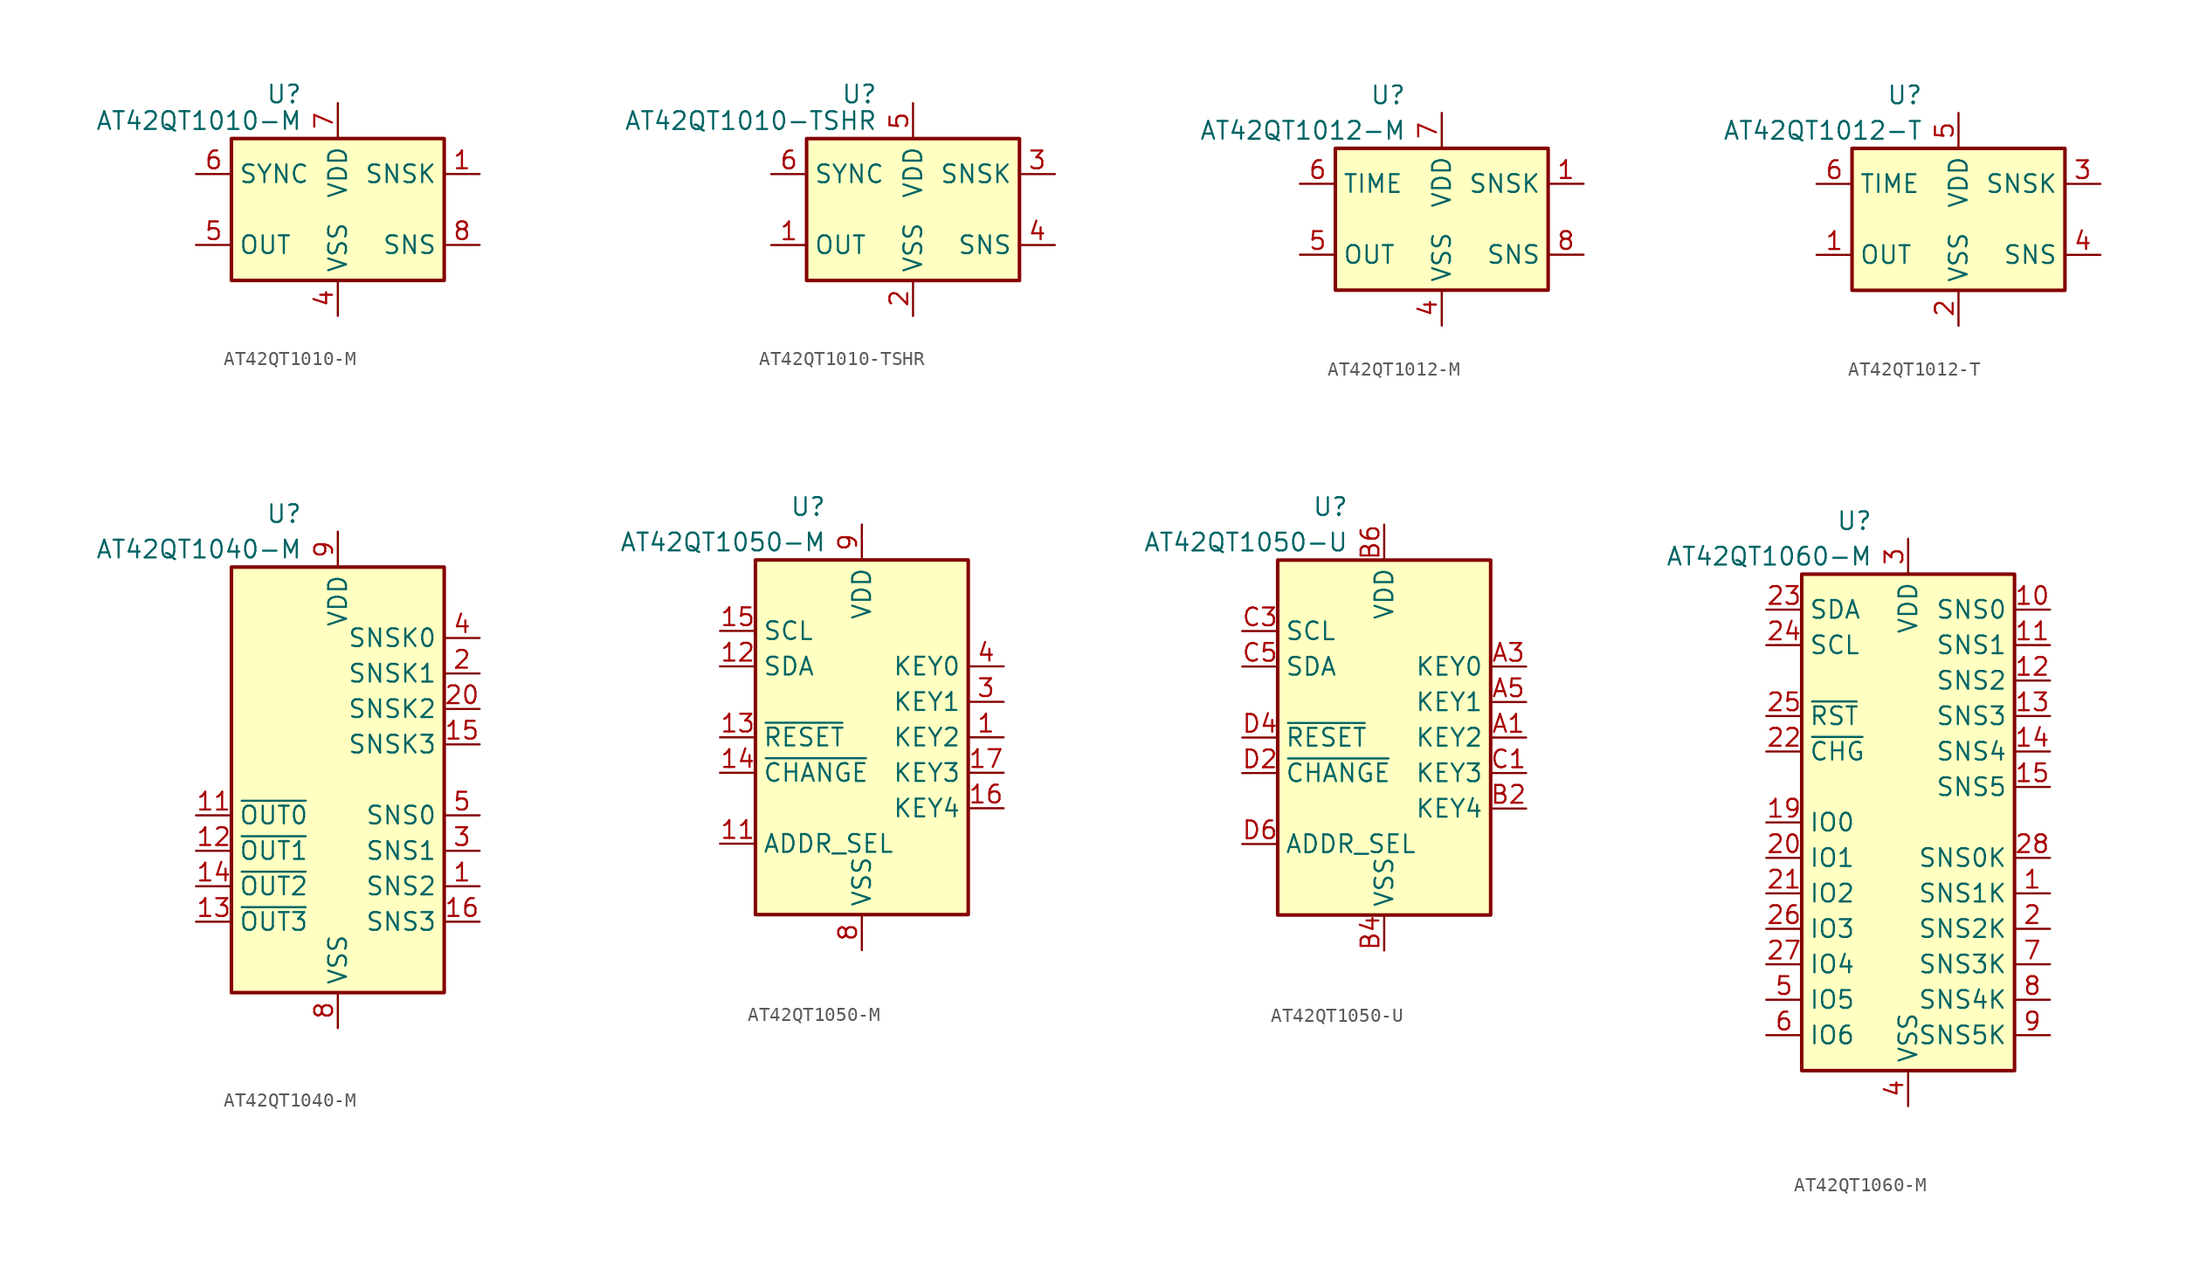
<source format=kicad_sym>
(kicad_symbol_lib
  (version 20201005)
  (generator kicad_symbol_editor)
  (symbol "Sensor_Touch:AT42QT1010-M"
    (property "Reference" "U"
      (at -2.54 8.255 0)
      (effects (font (size 1.27 1.27)) (justify right)))
    (property "Value" "AT42QT1010-M"
      (at -2.54 6.35 0)
      (effects (font (size 1.27 1.27)) (justify right)))
    (symbol "AT42QT1010-M_0_1"
      (rectangle (start -7.62 5.08) (end 7.62 -5.08) (stroke (width 0.254)) (fill (type background))))
    (symbol "AT42QT1010-M_1_1"
      (pin passive line (at 10.16 2.54 180) (length 2.54) (name "SNSK" (effects (font (size 1.27 1.27)))) (number "1" (effects (font (size 1.27 1.27)))))
      (pin no_connect line (at -7.62 0 0) (length 2.54) hide (name "NC" (effects (font (size 1.27 1.27)))) (number "2" (effects (font (size 1.27 1.27)))))
      (pin no_connect line (at 7.62 0 180) (length 2.54) hide (name "NC" (effects (font (size 1.27 1.27)))) (number "3" (effects (font (size 1.27 1.27)))))
      (pin power_in line (at 0 -7.62 90) (length 2.54) (name "VSS" (effects (font (size 1.27 1.27)))) (number "4" (effects (font (size 1.27 1.27)))))
      (pin output line (at -10.16 -2.54 0) (length 2.54) (name "OUT" (effects (font (size 1.27 1.27)))) (number "5" (effects (font (size 1.27 1.27)))))
      (pin input line (at -10.16 2.54 0) (length 2.54) (name "SYNC" (effects (font (size 1.27 1.27)))) (number "6" (effects (font (size 1.27 1.27)))))
      (pin power_in line (at 0 7.62 270) (length 2.54) (name "VDD" (effects (font (size 1.27 1.27)))) (number "7" (effects (font (size 1.27 1.27)))))
      (pin passive line (at 10.16 -2.54 180) (length 2.54) (name "SNS" (effects (font (size 1.27 1.27)))) (number "8" (effects (font (size 1.27 1.27)))))
      (pin passive line (at 0 -7.62 90) (length 2.54) hide (name "VSS" (effects (font (size 1.27 1.27)))) (number "9" (effects (font (size 1.27 1.27)))))))
  (symbol "Sensor_Touch:AT42QT1010-TSHR"
    (property "Reference" "U"
      (at -2.54 8.255 0)
      (effects (font (size 1.27 1.27)) (justify right)))
    (property "Value" "AT42QT1010-TSHR"
      (at -2.54 6.35 0)
      (effects (font (size 1.27 1.27)) (justify right)))
    (symbol "AT42QT1010-TSHR_0_1"
      (rectangle (start -7.62 5.08) (end 7.62 -5.08) (stroke (width 0.254)) (fill (type background))))
    (symbol "AT42QT1010-TSHR_1_1"
      (pin output line (at -10.16 -2.54 0) (length 2.54) (name "OUT" (effects (font (size 1.27 1.27)))) (number "1" (effects (font (size 1.27 1.27)))))
      (pin power_in line (at 0 -7.62 90) (length 2.54) (name "VSS" (effects (font (size 1.27 1.27)))) (number "2" (effects (font (size 1.27 1.27)))))
      (pin passive line (at 10.16 2.54 180) (length 2.54) (name "SNSK" (effects (font (size 1.27 1.27)))) (number "3" (effects (font (size 1.27 1.27)))))
      (pin passive line (at 10.16 -2.54 180) (length 2.54) (name "SNS" (effects (font (size 1.27 1.27)))) (number "4" (effects (font (size 1.27 1.27)))))
      (pin power_in line (at 0 7.62 270) (length 2.54) (name "VDD" (effects (font (size 1.27 1.27)))) (number "5" (effects (font (size 1.27 1.27)))))
      (pin input line (at -10.16 2.54 0) (length 2.54) (name "SYNC" (effects (font (size 1.27 1.27)))) (number "6" (effects (font (size 1.27 1.27)))))))
  (symbol "Sensor_Touch:AT42QT1012-M"
    (property "Reference" "U"
      (at -2.54 8.89 0)
      (effects (font (size 1.27 1.27)) (justify right)))
    (property "Value" "AT42QT1012-M"
      (at -2.54 6.35 0)
      (effects (font (size 1.27 1.27)) (justify right)))
    (symbol "AT42QT1012-M_0_1"
      (rectangle (start -7.62 5.08) (end 7.62 -5.08) (stroke (width 0.254)) (fill (type background))))
    (symbol "AT42QT1012-M_1_1"
      (pin passive line (at 10.16 2.54 180) (length 2.54) (name "SNSK" (effects (font (size 1.27 1.27)))) (number "1" (effects (font (size 1.27 1.27)))))
      (pin no_connect line (at -7.62 0 0) (length 2.54) hide (name "NC" (effects (font (size 1.27 1.27)))) (number "2" (effects (font (size 1.27 1.27)))))
      (pin no_connect line (at 7.62 0 180) (length 2.54) hide (name "NC" (effects (font (size 1.27 1.27)))) (number "3" (effects (font (size 1.27 1.27)))))
      (pin power_in line (at 0 -7.62 90) (length 2.54) (name "VSS" (effects (font (size 1.27 1.27)))) (number "4" (effects (font (size 1.27 1.27)))))
      (pin output line (at -10.16 -2.54 0) (length 2.54) (name "OUT" (effects (font (size 1.27 1.27)))) (number "5" (effects (font (size 1.27 1.27)))))
      (pin input line (at -10.16 2.54 0) (length 2.54) (name "TIME" (effects (font (size 1.27 1.27)))) (number "6" (effects (font (size 1.27 1.27)))))
      (pin power_in line (at 0 7.62 270) (length 2.54) (name "VDD" (effects (font (size 1.27 1.27)))) (number "7" (effects (font (size 1.27 1.27)))))
      (pin passive line (at 10.16 -2.54 180) (length 2.54) (name "SNS" (effects (font (size 1.27 1.27)))) (number "8" (effects (font (size 1.27 1.27)))))
      (pin passive line (at 0 -7.62 90) (length 2.54) hide (name "VSS" (effects (font (size 1.27 1.27)))) (number "9" (effects (font (size 1.27 1.27)))))))
  (symbol "Sensor_Touch:AT42QT1012-T"
    (property "Reference" "U"
      (at -2.54 8.89 0)
      (effects (font (size 1.27 1.27)) (justify right)))
    (property "Value" "AT42QT1012-T"
      (at -2.54 6.35 0)
      (effects (font (size 1.27 1.27)) (justify right)))
    (symbol "AT42QT1012-T_0_1"
      (rectangle (start -7.62 5.08) (end 7.62 -5.08) (stroke (width 0.254)) (fill (type background))))
    (symbol "AT42QT1012-T_1_1"
      (pin output line (at -10.16 -2.54 0) (length 2.54) (name "OUT" (effects (font (size 1.27 1.27)))) (number "1" (effects (font (size 1.27 1.27)))))
      (pin power_in line (at 0 -7.62 90) (length 2.54) (name "VSS" (effects (font (size 1.27 1.27)))) (number "2" (effects (font (size 1.27 1.27)))))
      (pin passive line (at 10.16 2.54 180) (length 2.54) (name "SNSK" (effects (font (size 1.27 1.27)))) (number "3" (effects (font (size 1.27 1.27)))))
      (pin passive line (at 10.16 -2.54 180) (length 2.54) (name "SNS" (effects (font (size 1.27 1.27)))) (number "4" (effects (font (size 1.27 1.27)))))
      (pin power_in line (at 0 7.62 270) (length 2.54) (name "VDD" (effects (font (size 1.27 1.27)))) (number "5" (effects (font (size 1.27 1.27)))))
      (pin input line (at -10.16 2.54 0) (length 2.54) (name "TIME" (effects (font (size 1.27 1.27)))) (number "6" (effects (font (size 1.27 1.27)))))))
  (symbol "Sensor_Touch:AT42QT1040-M"
    (property "Reference" "U"
      (at -2.54 19.05 0)
      (effects (font (size 1.27 1.27)) (justify right)))
    (property "Value" "AT42QT1040-M"
      (at -2.54 16.51 0)
      (effects (font (size 1.27 1.27)) (justify right)))
    (symbol "AT42QT1040-M_0_1"
      (rectangle (start -7.62 15.24) (end 7.62 -15.24) (stroke (width 0.254)) (fill (type background))))
    (symbol "AT42QT1040-M_1_1"
      (pin passive line (at 10.16 -7.62 180) (length 2.54) (name "SNS2" (effects (font (size 1.27 1.27)))) (number "1" (effects (font (size 1.27 1.27)))))
      (pin no_connect line (at -7.62 7.62 0) (length 2.54) hide (name "NC" (effects (font (size 1.27 1.27)))) (number "10" (effects (font (size 1.27 1.27)))))
      (pin open_collector line (at -10.16 -2.54 0) (length 2.54) (name "~OUT0" (effects (font (size 1.27 1.27)))) (number "11" (effects (font (size 1.27 1.27)))))
      (pin open_collector line (at -10.16 -5.08 0) (length 2.54) (name "~OUT1" (effects (font (size 1.27 1.27)))) (number "12" (effects (font (size 1.27 1.27)))))
      (pin open_collector line (at -10.16 -10.16 0) (length 2.54) (name "~OUT3" (effects (font (size 1.27 1.27)))) (number "13" (effects (font (size 1.27 1.27)))))
      (pin open_collector line (at -10.16 -7.62 0) (length 2.54) (name "~OUT2" (effects (font (size 1.27 1.27)))) (number "14" (effects (font (size 1.27 1.27)))))
      (pin passive line (at 10.16 2.54 180) (length 2.54) (name "SNSK3" (effects (font (size 1.27 1.27)))) (number "15" (effects (font (size 1.27 1.27)))))
      (pin passive line (at 10.16 -10.16 180) (length 2.54) (name "SNS3" (effects (font (size 1.27 1.27)))) (number "16" (effects (font (size 1.27 1.27)))))
      (pin no_connect line (at -7.62 5.08 0) (length 2.54) hide (name "NC" (effects (font (size 1.27 1.27)))) (number "17" (effects (font (size 1.27 1.27)))))
      (pin no_connect line (at -7.62 2.54 0) (length 2.54) hide (name "NC" (effects (font (size 1.27 1.27)))) (number "18" (effects (font (size 1.27 1.27)))))
      (pin no_connect line (at -7.62 0 0) (length 2.54) hide (name "NC" (effects (font (size 1.27 1.27)))) (number "19" (effects (font (size 1.27 1.27)))))
      (pin passive line (at 10.16 7.62 180) (length 2.54) (name "SNSK1" (effects (font (size 1.27 1.27)))) (number "2" (effects (font (size 1.27 1.27)))))
      (pin passive line (at 10.16 5.08 180) (length 2.54) (name "SNSK2" (effects (font (size 1.27 1.27)))) (number "20" (effects (font (size 1.27 1.27)))))
      (pin passive line (at 0 -17.78 90) (length 2.54) hide (name "VSS" (effects (font (size 1.27 1.27)))) (number "21" (effects (font (size 1.27 1.27)))))
      (pin passive line (at 10.16 -5.08 180) (length 2.54) (name "SNS1" (effects (font (size 1.27 1.27)))) (number "3" (effects (font (size 1.27 1.27)))))
      (pin passive line (at 10.16 10.16 180) (length 2.54) (name "SNSK0" (effects (font (size 1.27 1.27)))) (number "4" (effects (font (size 1.27 1.27)))))
      (pin passive line (at 10.16 -2.54 180) (length 2.54) (name "SNS0" (effects (font (size 1.27 1.27)))) (number "5" (effects (font (size 1.27 1.27)))))
      (pin no_connect line (at -7.62 12.7 0) (length 2.54) hide (name "NC" (effects (font (size 1.27 1.27)))) (number "6" (effects (font (size 1.27 1.27)))))
      (pin no_connect line (at -7.62 10.16 0) (length 2.54) hide (name "NC" (effects (font (size 1.27 1.27)))) (number "7" (effects (font (size 1.27 1.27)))))
      (pin power_in line (at 0 -17.78 90) (length 2.54) (name "VSS" (effects (font (size 1.27 1.27)))) (number "8" (effects (font (size 1.27 1.27)))))
      (pin power_in line (at 0 17.78 270) (length 2.54) (name "VDD" (effects (font (size 1.27 1.27)))) (number "9" (effects (font (size 1.27 1.27)))))))
  (symbol "Sensor_Touch:AT42QT1050-M"
    (property "Reference" "U"
      (at -2.54 16.51 0)
      (effects (font (size 1.27 1.27)) (justify right)))
    (property "Value" "AT42QT1050-M"
      (at -2.54 13.97 0)
      (effects (font (size 1.27 1.27)) (justify right)))
    (symbol "AT42QT1050-M_0_1"
      (rectangle (start -7.62 12.7) (end 7.62 -12.7) (stroke (width 0.254)) (fill (type background))))
    (symbol "AT42QT1050-M_1_1"
      (pin passive line (at 10.16 0 180) (length 2.54) (name "KEY2" (effects (font (size 1.27 1.27)))) (number "1" (effects (font (size 1.27 1.27)))))
      (pin no_connect line (at 7.62 10.16 180) (length 2.54) hide (name "NC" (effects (font (size 1.27 1.27)))) (number "10" (effects (font (size 1.27 1.27)))))
      (pin input line (at -10.16 -7.62 0) (length 2.54) (name "ADDR_SEL" (effects (font (size 1.27 1.27)))) (number "11" (effects (font (size 1.27 1.27)))))
      (pin bidirectional line (at -10.16 5.08 0) (length 2.54) (name "SDA" (effects (font (size 1.27 1.27)))) (number "12" (effects (font (size 1.27 1.27)))))
      (pin input line (at -10.16 0 0) (length 2.54) (name "~RESET" (effects (font (size 1.27 1.27)))) (number "13" (effects (font (size 1.27 1.27)))))
      (pin open_collector line (at -10.16 -2.54 0) (length 2.54) (name "~CHANGE" (effects (font (size 1.27 1.27)))) (number "14" (effects (font (size 1.27 1.27)))))
      (pin input line (at -10.16 7.62 0) (length 2.54) (name "SCL" (effects (font (size 1.27 1.27)))) (number "15" (effects (font (size 1.27 1.27)))))
      (pin passive line (at 10.16 -5.08 180) (length 2.54) (name "KEY4" (effects (font (size 1.27 1.27)))) (number "16" (effects (font (size 1.27 1.27)))))
      (pin passive line (at 10.16 -2.54 180) (length 2.54) (name "KEY3" (effects (font (size 1.27 1.27)))) (number "17" (effects (font (size 1.27 1.27)))))
      (pin no_connect line (at 7.62 7.62 180) (length 2.54) hide (name "NC" (effects (font (size 1.27 1.27)))) (number "18" (effects (font (size 1.27 1.27)))))
      (pin no_connect line (at 7.62 -7.62 180) (length 2.54) hide (name "NC" (effects (font (size 1.27 1.27)))) (number "19" (effects (font (size 1.27 1.27)))))
      (pin no_connect line (at -7.62 10.16 0) (length 2.54) hide (name "NC" (effects (font (size 1.27 1.27)))) (number "2" (effects (font (size 1.27 1.27)))))
      (pin no_connect line (at 7.62 -10.16 180) (length 2.54) hide (name "NC" (effects (font (size 1.27 1.27)))) (number "20" (effects (font (size 1.27 1.27)))))
      (pin passive line (at 0 -15.24 90) (length 2.54) hide (name "VSS" (effects (font (size 1.27 1.27)))) (number "21" (effects (font (size 1.27 1.27)))))
      (pin passive line (at 10.16 2.54 180) (length 2.54) (name "KEY1" (effects (font (size 1.27 1.27)))) (number "3" (effects (font (size 1.27 1.27)))))
      (pin passive line (at 10.16 5.08 180) (length 2.54) (name "KEY0" (effects (font (size 1.27 1.27)))) (number "4" (effects (font (size 1.27 1.27)))))
      (pin no_connect line (at -7.62 2.54 0) (length 2.54) hide (name "NC" (effects (font (size 1.27 1.27)))) (number "5" (effects (font (size 1.27 1.27)))))
      (pin no_connect line (at -7.62 -5.08 0) (length 2.54) hide (name "NC" (effects (font (size 1.27 1.27)))) (number "6" (effects (font (size 1.27 1.27)))))
      (pin no_connect line (at -7.62 -10.16 0) (length 2.54) hide (name "NC" (effects (font (size 1.27 1.27)))) (number "7" (effects (font (size 1.27 1.27)))))
      (pin power_in line (at 0 -15.24 90) (length 2.54) (name "VSS" (effects (font (size 1.27 1.27)))) (number "8" (effects (font (size 1.27 1.27)))))
      (pin power_in line (at 0 15.24 270) (length 2.54) (name "VDD" (effects (font (size 1.27 1.27)))) (number "9" (effects (font (size 1.27 1.27)))))))
  (symbol "Sensor_Touch:AT42QT1050-U"
    (property "Reference" "U"
      (at -2.54 16.51 0)
      (effects (font (size 1.27 1.27)) (justify right)))
    (property "Value" "AT42QT1050-U"
      (at -2.54 13.97 0)
      (effects (font (size 1.27 1.27)) (justify right)))
    (symbol "AT42QT1050-U_0_1"
      (rectangle (start -7.62 12.7) (end 7.62 -12.7) (stroke (width 0.254)) (fill (type background))))
    (symbol "AT42QT1050-U_1_1"
      (pin passive line (at 10.16 0 180) (length 2.54) (name "KEY2" (effects (font (size 1.27 1.27)))) (number "A1" (effects (font (size 1.27 1.27)))))
      (pin passive line (at 10.16 5.08 180) (length 2.54) (name "KEY0" (effects (font (size 1.27 1.27)))) (number "A3" (effects (font (size 1.27 1.27)))))
      (pin passive line (at 10.16 2.54 180) (length 2.54) (name "KEY1" (effects (font (size 1.27 1.27)))) (number "A5" (effects (font (size 1.27 1.27)))))
      (pin passive line (at 10.16 -5.08 180) (length 2.54) (name "KEY4" (effects (font (size 1.27 1.27)))) (number "B2" (effects (font (size 1.27 1.27)))))
      (pin power_in line (at 0 -15.24 90) (length 2.54) (name "VSS" (effects (font (size 1.27 1.27)))) (number "B4" (effects (font (size 1.27 1.27)))))
      (pin power_in line (at 0 15.24 270) (length 2.54) (name "VDD" (effects (font (size 1.27 1.27)))) (number "B6" (effects (font (size 1.27 1.27)))))
      (pin passive line (at 10.16 -2.54 180) (length 2.54) (name "KEY3" (effects (font (size 1.27 1.27)))) (number "C1" (effects (font (size 1.27 1.27)))))
      (pin input line (at -10.16 7.62 0) (length 2.54) (name "SCL" (effects (font (size 1.27 1.27)))) (number "C3" (effects (font (size 1.27 1.27)))))
      (pin bidirectional line (at -10.16 5.08 0) (length 2.54) (name "SDA" (effects (font (size 1.27 1.27)))) (number "C5" (effects (font (size 1.27 1.27)))))
      (pin open_collector line (at -10.16 -2.54 0) (length 2.54) (name "~CHANGE" (effects (font (size 1.27 1.27)))) (number "D2" (effects (font (size 1.27 1.27)))))
      (pin input line (at -10.16 0 0) (length 2.54) (name "~RESET" (effects (font (size 1.27 1.27)))) (number "D4" (effects (font (size 1.27 1.27)))))
      (pin input line (at -10.16 -7.62 0) (length 2.54) (name "ADDR_SEL" (effects (font (size 1.27 1.27)))) (number "D6" (effects (font (size 1.27 1.27)))))))
  (symbol "Sensor_Touch:AT42QT1060-M"
    (property "Reference" "U"
      (at -2.54 21.59 0)
      (effects (font (size 1.27 1.27)) (justify right)))
    (property "Value" "AT42QT1060-M"
      (at -2.54 19.05 0)
      (effects (font (size 1.27 1.27)) (justify right)))
    (symbol "AT42QT1060-M_0_1"
      (rectangle (start 7.62 17.78) (end -7.62 -17.78) (stroke (width 0.254)) (fill (type background))))
    (symbol "AT42QT1060-M_1_1"
      (pin passive line (at 10.16 -5.08 180) (length 2.54) (name "SNS1K" (effects (font (size 1.27 1.27)))) (number "1" (effects (font (size 1.27 1.27)))))
      (pin passive line (at 10.16 15.24 180) (length 2.54) (name "SNS0" (effects (font (size 1.27 1.27)))) (number "10" (effects (font (size 1.27 1.27)))))
      (pin passive line (at 10.16 12.7 180) (length 2.54) (name "SNS1" (effects (font (size 1.27 1.27)))) (number "11" (effects (font (size 1.27 1.27)))))
      (pin passive line (at 10.16 10.16 180) (length 2.54) (name "SNS2" (effects (font (size 1.27 1.27)))) (number "12" (effects (font (size 1.27 1.27)))))
      (pin passive line (at 10.16 7.62 180) (length 2.54) (name "SNS3" (effects (font (size 1.27 1.27)))) (number "13" (effects (font (size 1.27 1.27)))))
      (pin passive line (at 10.16 5.08 180) (length 2.54) (name "SNS4" (effects (font (size 1.27 1.27)))) (number "14" (effects (font (size 1.27 1.27)))))
      (pin passive line (at 10.16 2.54 180) (length 2.54) (name "SNS5" (effects (font (size 1.27 1.27)))) (number "15" (effects (font (size 1.27 1.27)))))
      (pin passive line (at 0 20.32 270) (length 2.54) hide (name "VDD" (effects (font (size 1.27 1.27)))) (number "16" (effects (font (size 1.27 1.27)))))
      (pin passive line (at 0 20.32 270) (length 2.54) hide (name "VDD" (effects (font (size 1.27 1.27)))) (number "17" (effects (font (size 1.27 1.27)))))
      (pin passive line (at 0 -20.32 90) (length 2.54) hide (name "VSS" (effects (font (size 1.27 1.27)))) (number "18" (effects (font (size 1.27 1.27)))))
      (pin bidirectional line (at -10.16 0 0) (length 2.54) (name "IO0" (effects (font (size 1.27 1.27)))) (number "19" (effects (font (size 1.27 1.27)))))
      (pin passive line (at 10.16 -7.62 180) (length 2.54) (name "SNS2K" (effects (font (size 1.27 1.27)))) (number "2" (effects (font (size 1.27 1.27)))))
      (pin bidirectional line (at -10.16 -2.54 0) (length 2.54) (name "IO1" (effects (font (size 1.27 1.27)))) (number "20" (effects (font (size 1.27 1.27)))))
      (pin bidirectional line (at -10.16 -5.08 0) (length 2.54) (name "IO2" (effects (font (size 1.27 1.27)))) (number "21" (effects (font (size 1.27 1.27)))))
      (pin open_collector line (at -10.16 5.08 0) (length 2.54) (name "~CHG" (effects (font (size 1.27 1.27)))) (number "22" (effects (font (size 1.27 1.27)))))
      (pin bidirectional line (at -10.16 15.24 0) (length 2.54) (name "SDA" (effects (font (size 1.27 1.27)))) (number "23" (effects (font (size 1.27 1.27)))))
      (pin input line (at -10.16 12.7 0) (length 2.54) (name "SCL" (effects (font (size 1.27 1.27)))) (number "24" (effects (font (size 1.27 1.27)))))
      (pin input line (at -10.16 7.62 0) (length 2.54) (name "~RST" (effects (font (size 1.27 1.27)))) (number "25" (effects (font (size 1.27 1.27)))))
      (pin bidirectional line (at -10.16 -7.62 0) (length 2.54) (name "IO3" (effects (font (size 1.27 1.27)))) (number "26" (effects (font (size 1.27 1.27)))))
      (pin bidirectional line (at -10.16 -10.16 0) (length 2.54) (name "IO4" (effects (font (size 1.27 1.27)))) (number "27" (effects (font (size 1.27 1.27)))))
      (pin passive line (at 10.16 -2.54 180) (length 2.54) (name "SNS0K" (effects (font (size 1.27 1.27)))) (number "28" (effects (font (size 1.27 1.27)))))
      (pin passive line (at 0 -20.32 90) (length 2.54) hide (name "VSS" (effects (font (size 1.27 1.27)))) (number "29" (effects (font (size 1.27 1.27)))))
      (pin power_in line (at 0 20.32 270) (length 2.54) (name "VDD" (effects (font (size 1.27 1.27)))) (number "3" (effects (font (size 1.27 1.27)))))
      (pin power_in line (at 0 -20.32 90) (length 2.54) (name "VSS" (effects (font (size 1.27 1.27)))) (number "4" (effects (font (size 1.27 1.27)))))
      (pin bidirectional line (at -10.16 -12.7 0) (length 2.54) (name "IO5" (effects (font (size 1.27 1.27)))) (number "5" (effects (font (size 1.27 1.27)))))
      (pin bidirectional line (at -10.16 -15.24 0) (length 2.54) (name "IO6" (effects (font (size 1.27 1.27)))) (number "6" (effects (font (size 1.27 1.27)))))
      (pin passive line (at 10.16 -10.16 180) (length 2.54) (name "SNS3K" (effects (font (size 1.27 1.27)))) (number "7" (effects (font (size 1.27 1.27)))))
      (pin passive line (at 10.16 -12.7 180) (length 2.54) (name "SNS4K" (effects (font (size 1.27 1.27)))) (number "8" (effects (font (size 1.27 1.27)))))
      (pin passive line (at 10.16 -15.24 180) (length 2.54) (name "SNS5K" (effects (font (size 1.27 1.27)))) (number "9" (effects (font (size 1.27 1.27))))))))
</source>
